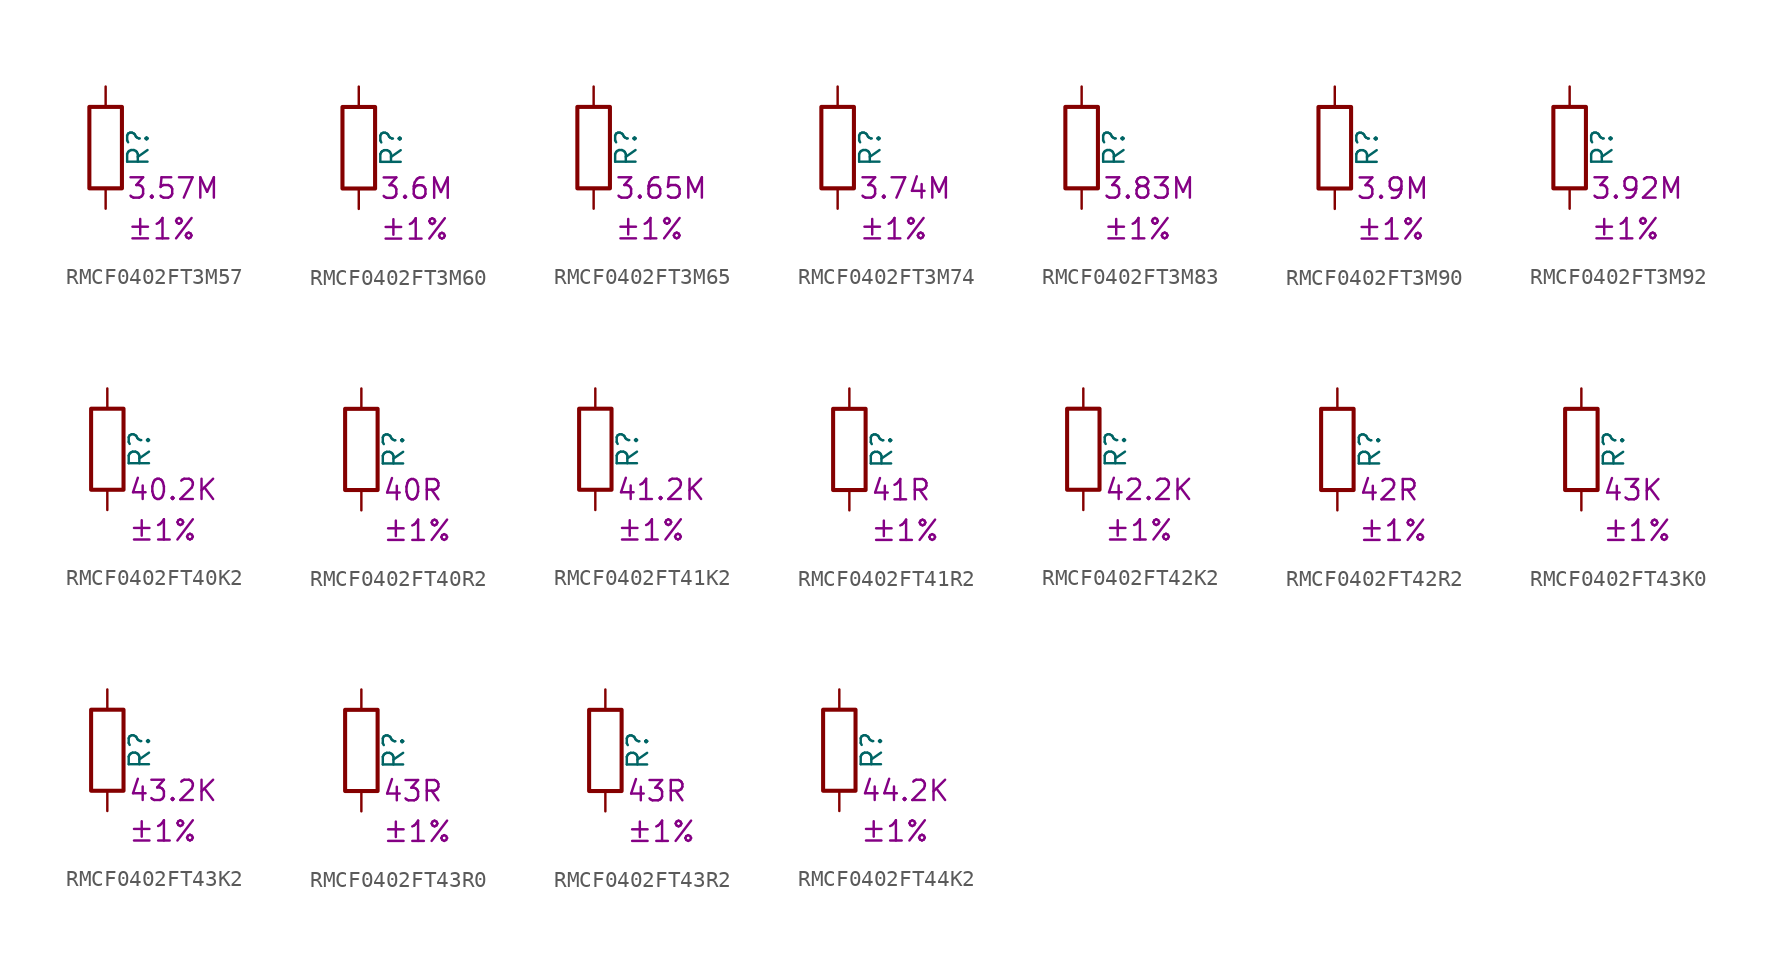
<source format=kicad_sym>
(kicad_symbol_lib
  (version 20220914)
  (generator kicad_symbol_editor)
  (symbol "RMCF0402FT3M57"
    (pin_numbers hide)
    (pin_names
      (offset 0))
    (property "Reference" "R"
      (at 2.032 0 90)
      (effects (font (size 1.27 1.27))))
    (property "Resistance" "3.57M"
      (at 1.27 -2.54 0)
      (effects (font (size 1.27 1.27)) (justify left)))
    (property "Tolerance" "±1%"
      (at 1.27 -5.08 0)
      (effects (font (size 1.27 1.27)) (justify left)))
    (symbol "RMCF0402FT3M57_0_1"
      (rectangle (start -1.016 -2.54) (end 1.016 2.54) (stroke (width 0.254) (type default)) (fill (type none))))
    (symbol "RMCF0402FT3M57_1_1"
      (pin passive line (at 0 3.81 270) (length 1.27) (name "~" (effects (font (size 1.27 1.27)))) (number "1" (effects (font (size 1.27 1.27)))))
      (pin passive line (at 0 -3.81 90) (length 1.27) (name "~" (effects (font (size 1.27 1.27)))) (number "2" (effects (font (size 1.27 1.27)))))))
  (symbol "RMCF0402FT3M60"
    (pin_numbers hide)
    (pin_names
      (offset 0))
    (property "Reference" "R"
      (at 2.032 0 90)
      (effects (font (size 1.27 1.27))))
    (property "Resistance" "3.6M"
      (at 1.27 -2.54 0)
      (effects (font (size 1.27 1.27)) (justify left)))
    (property "Tolerance" "±1%"
      (at 1.27 -5.08 0)
      (effects (font (size 1.27 1.27)) (justify left)))
    (symbol "RMCF0402FT3M60_0_1"
      (rectangle (start -1.016 -2.54) (end 1.016 2.54) (stroke (width 0.254) (type default)) (fill (type none))))
    (symbol "RMCF0402FT3M60_1_1"
      (pin passive line (at 0 3.81 270) (length 1.27) (name "~" (effects (font (size 1.27 1.27)))) (number "1" (effects (font (size 1.27 1.27)))))
      (pin passive line (at 0 -3.81 90) (length 1.27) (name "~" (effects (font (size 1.27 1.27)))) (number "2" (effects (font (size 1.27 1.27)))))))
  (symbol "RMCF0402FT3M65"
    (pin_numbers hide)
    (pin_names
      (offset 0))
    (property "Reference" "R"
      (at 2.032 0 90)
      (effects (font (size 1.27 1.27))))
    (property "Resistance" "3.65M"
      (at 1.27 -2.54 0)
      (effects (font (size 1.27 1.27)) (justify left)))
    (property "Tolerance" "±1%"
      (at 1.27 -5.08 0)
      (effects (font (size 1.27 1.27)) (justify left)))
    (symbol "RMCF0402FT3M65_0_1"
      (rectangle (start -1.016 -2.54) (end 1.016 2.54) (stroke (width 0.254) (type default)) (fill (type none))))
    (symbol "RMCF0402FT3M65_1_1"
      (pin passive line (at 0 3.81 270) (length 1.27) (name "~" (effects (font (size 1.27 1.27)))) (number "1" (effects (font (size 1.27 1.27)))))
      (pin passive line (at 0 -3.81 90) (length 1.27) (name "~" (effects (font (size 1.27 1.27)))) (number "2" (effects (font (size 1.27 1.27)))))))
  (symbol "RMCF0402FT3M74"
    (pin_numbers hide)
    (pin_names
      (offset 0))
    (property "Reference" "R"
      (at 2.032 0 90)
      (effects (font (size 1.27 1.27))))
    (property "Resistance" "3.74M"
      (at 1.27 -2.54 0)
      (effects (font (size 1.27 1.27)) (justify left)))
    (property "Tolerance" "±1%"
      (at 1.27 -5.08 0)
      (effects (font (size 1.27 1.27)) (justify left)))
    (symbol "RMCF0402FT3M74_0_1"
      (rectangle (start -1.016 -2.54) (end 1.016 2.54) (stroke (width 0.254) (type default)) (fill (type none))))
    (symbol "RMCF0402FT3M74_1_1"
      (pin passive line (at 0 3.81 270) (length 1.27) (name "~" (effects (font (size 1.27 1.27)))) (number "1" (effects (font (size 1.27 1.27)))))
      (pin passive line (at 0 -3.81 90) (length 1.27) (name "~" (effects (font (size 1.27 1.27)))) (number "2" (effects (font (size 1.27 1.27)))))))
  (symbol "RMCF0402FT3M83"
    (pin_numbers hide)
    (pin_names
      (offset 0))
    (property "Reference" "R"
      (at 2.032 0 90)
      (effects (font (size 1.27 1.27))))
    (property "Resistance" "3.83M"
      (at 1.27 -2.54 0)
      (effects (font (size 1.27 1.27)) (justify left)))
    (property "Tolerance" "±1%"
      (at 1.27 -5.08 0)
      (effects (font (size 1.27 1.27)) (justify left)))
    (symbol "RMCF0402FT3M83_0_1"
      (rectangle (start -1.016 -2.54) (end 1.016 2.54) (stroke (width 0.254) (type default)) (fill (type none))))
    (symbol "RMCF0402FT3M83_1_1"
      (pin passive line (at 0 3.81 270) (length 1.27) (name "~" (effects (font (size 1.27 1.27)))) (number "1" (effects (font (size 1.27 1.27)))))
      (pin passive line (at 0 -3.81 90) (length 1.27) (name "~" (effects (font (size 1.27 1.27)))) (number "2" (effects (font (size 1.27 1.27)))))))
  (symbol "RMCF0402FT3M90"
    (pin_numbers hide)
    (pin_names
      (offset 0))
    (property "Reference" "R"
      (at 2.032 0 90)
      (effects (font (size 1.27 1.27))))
    (property "Resistance" "3.9M"
      (at 1.27 -2.54 0)
      (effects (font (size 1.27 1.27)) (justify left)))
    (property "Tolerance" "±1%"
      (at 1.27 -5.08 0)
      (effects (font (size 1.27 1.27)) (justify left)))
    (symbol "RMCF0402FT3M90_0_1"
      (rectangle (start -1.016 -2.54) (end 1.016 2.54) (stroke (width 0.254) (type default)) (fill (type none))))
    (symbol "RMCF0402FT3M90_1_1"
      (pin passive line (at 0 3.81 270) (length 1.27) (name "~" (effects (font (size 1.27 1.27)))) (number "1" (effects (font (size 1.27 1.27)))))
      (pin passive line (at 0 -3.81 90) (length 1.27) (name "~" (effects (font (size 1.27 1.27)))) (number "2" (effects (font (size 1.27 1.27)))))))
  (symbol "RMCF0402FT3M92"
    (pin_numbers hide)
    (pin_names
      (offset 0))
    (property "Reference" "R"
      (at 2.032 0 90)
      (effects (font (size 1.27 1.27))))
    (property "Resistance" "3.92M"
      (at 1.27 -2.54 0)
      (effects (font (size 1.27 1.27)) (justify left)))
    (property "Tolerance" "±1%"
      (at 1.27 -5.08 0)
      (effects (font (size 1.27 1.27)) (justify left)))
    (symbol "RMCF0402FT3M92_0_1"
      (rectangle (start -1.016 -2.54) (end 1.016 2.54) (stroke (width 0.254) (type default)) (fill (type none))))
    (symbol "RMCF0402FT3M92_1_1"
      (pin passive line (at 0 3.81 270) (length 1.27) (name "~" (effects (font (size 1.27 1.27)))) (number "1" (effects (font (size 1.27 1.27)))))
      (pin passive line (at 0 -3.81 90) (length 1.27) (name "~" (effects (font (size 1.27 1.27)))) (number "2" (effects (font (size 1.27 1.27)))))))
  (symbol "RMCF0402FT40K2"
    (pin_numbers hide)
    (pin_names
      (offset 0))
    (property "Reference" "R"
      (at 2.032 0 90)
      (effects (font (size 1.27 1.27))))
    (property "Resistance" "40.2K"
      (at 1.27 -2.54 0)
      (effects (font (size 1.27 1.27)) (justify left)))
    (property "Tolerance" "±1%"
      (at 1.27 -5.08 0)
      (effects (font (size 1.27 1.27)) (justify left)))
    (symbol "RMCF0402FT40K2_0_1"
      (rectangle (start -1.016 -2.54) (end 1.016 2.54) (stroke (width 0.254) (type default)) (fill (type none))))
    (symbol "RMCF0402FT40K2_1_1"
      (pin passive line (at 0 3.81 270) (length 1.27) (name "~" (effects (font (size 1.27 1.27)))) (number "1" (effects (font (size 1.27 1.27)))))
      (pin passive line (at 0 -3.81 90) (length 1.27) (name "~" (effects (font (size 1.27 1.27)))) (number "2" (effects (font (size 1.27 1.27)))))))
  (symbol "RMCF0402FT40R2"
    (pin_numbers hide)
    (pin_names
      (offset 0))
    (property "Reference" "R"
      (at 2.032 0 90)
      (effects (font (size 1.27 1.27))))
    (property "Resistance" "40R"
      (at 1.27 -2.54 0)
      (effects (font (size 1.27 1.27)) (justify left)))
    (property "Tolerance" "±1%"
      (at 1.27 -5.08 0)
      (effects (font (size 1.27 1.27)) (justify left)))
    (symbol "RMCF0402FT40R2_0_1"
      (rectangle (start -1.016 -2.54) (end 1.016 2.54) (stroke (width 0.254) (type default)) (fill (type none))))
    (symbol "RMCF0402FT40R2_1_1"
      (pin passive line (at 0 3.81 270) (length 1.27) (name "~" (effects (font (size 1.27 1.27)))) (number "1" (effects (font (size 1.27 1.27)))))
      (pin passive line (at 0 -3.81 90) (length 1.27) (name "~" (effects (font (size 1.27 1.27)))) (number "2" (effects (font (size 1.27 1.27)))))))
  (symbol "RMCF0402FT41K2"
    (pin_numbers hide)
    (pin_names
      (offset 0))
    (property "Reference" "R"
      (at 2.032 0 90)
      (effects (font (size 1.27 1.27))))
    (property "Resistance" "41.2K"
      (at 1.27 -2.54 0)
      (effects (font (size 1.27 1.27)) (justify left)))
    (property "Tolerance" "±1%"
      (at 1.27 -5.08 0)
      (effects (font (size 1.27 1.27)) (justify left)))
    (symbol "RMCF0402FT41K2_0_1"
      (rectangle (start -1.016 -2.54) (end 1.016 2.54) (stroke (width 0.254) (type default)) (fill (type none))))
    (symbol "RMCF0402FT41K2_1_1"
      (pin passive line (at 0 3.81 270) (length 1.27) (name "~" (effects (font (size 1.27 1.27)))) (number "1" (effects (font (size 1.27 1.27)))))
      (pin passive line (at 0 -3.81 90) (length 1.27) (name "~" (effects (font (size 1.27 1.27)))) (number "2" (effects (font (size 1.27 1.27)))))))
  (symbol "RMCF0402FT41R2"
    (pin_numbers hide)
    (pin_names
      (offset 0))
    (property "Reference" "R"
      (at 2.032 0 90)
      (effects (font (size 1.27 1.27))))
    (property "Resistance" "41R"
      (at 1.27 -2.54 0)
      (effects (font (size 1.27 1.27)) (justify left)))
    (property "Tolerance" "±1%"
      (at 1.27 -5.08 0)
      (effects (font (size 1.27 1.27)) (justify left)))
    (symbol "RMCF0402FT41R2_0_1"
      (rectangle (start -1.016 -2.54) (end 1.016 2.54) (stroke (width 0.254) (type default)) (fill (type none))))
    (symbol "RMCF0402FT41R2_1_1"
      (pin passive line (at 0 3.81 270) (length 1.27) (name "~" (effects (font (size 1.27 1.27)))) (number "1" (effects (font (size 1.27 1.27)))))
      (pin passive line (at 0 -3.81 90) (length 1.27) (name "~" (effects (font (size 1.27 1.27)))) (number "2" (effects (font (size 1.27 1.27)))))))
  (symbol "RMCF0402FT42K2"
    (pin_numbers hide)
    (pin_names
      (offset 0))
    (property "Reference" "R"
      (at 2.032 0 90)
      (effects (font (size 1.27 1.27))))
    (property "Resistance" "42.2K"
      (at 1.27 -2.54 0)
      (effects (font (size 1.27 1.27)) (justify left)))
    (property "Tolerance" "±1%"
      (at 1.27 -5.08 0)
      (effects (font (size 1.27 1.27)) (justify left)))
    (symbol "RMCF0402FT42K2_0_1"
      (rectangle (start -1.016 -2.54) (end 1.016 2.54) (stroke (width 0.254) (type default)) (fill (type none))))
    (symbol "RMCF0402FT42K2_1_1"
      (pin passive line (at 0 3.81 270) (length 1.27) (name "~" (effects (font (size 1.27 1.27)))) (number "1" (effects (font (size 1.27 1.27)))))
      (pin passive line (at 0 -3.81 90) (length 1.27) (name "~" (effects (font (size 1.27 1.27)))) (number "2" (effects (font (size 1.27 1.27)))))))
  (symbol "RMCF0402FT42R2"
    (pin_numbers hide)
    (pin_names
      (offset 0))
    (property "Reference" "R"
      (at 2.032 0 90)
      (effects (font (size 1.27 1.27))))
    (property "Resistance" "42R"
      (at 1.27 -2.54 0)
      (effects (font (size 1.27 1.27)) (justify left)))
    (property "Tolerance" "±1%"
      (at 1.27 -5.08 0)
      (effects (font (size 1.27 1.27)) (justify left)))
    (symbol "RMCF0402FT42R2_0_1"
      (rectangle (start -1.016 -2.54) (end 1.016 2.54) (stroke (width 0.254) (type default)) (fill (type none))))
    (symbol "RMCF0402FT42R2_1_1"
      (pin passive line (at 0 3.81 270) (length 1.27) (name "~" (effects (font (size 1.27 1.27)))) (number "1" (effects (font (size 1.27 1.27)))))
      (pin passive line (at 0 -3.81 90) (length 1.27) (name "~" (effects (font (size 1.27 1.27)))) (number "2" (effects (font (size 1.27 1.27)))))))
  (symbol "RMCF0402FT43K0"
    (pin_numbers hide)
    (pin_names
      (offset 0))
    (property "Reference" "R"
      (at 2.032 0 90)
      (effects (font (size 1.27 1.27))))
    (property "Resistance" "43K"
      (at 1.27 -2.54 0)
      (effects (font (size 1.27 1.27)) (justify left)))
    (property "Tolerance" "±1%"
      (at 1.27 -5.08 0)
      (effects (font (size 1.27 1.27)) (justify left)))
    (symbol "RMCF0402FT43K0_0_1"
      (rectangle (start -1.016 -2.54) (end 1.016 2.54) (stroke (width 0.254) (type default)) (fill (type none))))
    (symbol "RMCF0402FT43K0_1_1"
      (pin passive line (at 0 3.81 270) (length 1.27) (name "~" (effects (font (size 1.27 1.27)))) (number "1" (effects (font (size 1.27 1.27)))))
      (pin passive line (at 0 -3.81 90) (length 1.27) (name "~" (effects (font (size 1.27 1.27)))) (number "2" (effects (font (size 1.27 1.27)))))))
  (symbol "RMCF0402FT43K2"
    (pin_numbers hide)
    (pin_names
      (offset 0))
    (property "Reference" "R"
      (at 2.032 0 90)
      (effects (font (size 1.27 1.27))))
    (property "Resistance" "43.2K"
      (at 1.27 -2.54 0)
      (effects (font (size 1.27 1.27)) (justify left)))
    (property "Tolerance" "±1%"
      (at 1.27 -5.08 0)
      (effects (font (size 1.27 1.27)) (justify left)))
    (symbol "RMCF0402FT43K2_0_1"
      (rectangle (start -1.016 -2.54) (end 1.016 2.54) (stroke (width 0.254) (type default)) (fill (type none))))
    (symbol "RMCF0402FT43K2_1_1"
      (pin passive line (at 0 3.81 270) (length 1.27) (name "~" (effects (font (size 1.27 1.27)))) (number "1" (effects (font (size 1.27 1.27)))))
      (pin passive line (at 0 -3.81 90) (length 1.27) (name "~" (effects (font (size 1.27 1.27)))) (number "2" (effects (font (size 1.27 1.27)))))))
  (symbol "RMCF0402FT43R0"
    (pin_numbers hide)
    (pin_names
      (offset 0))
    (property "Reference" "R"
      (at 2.032 0 90)
      (effects (font (size 1.27 1.27))))
    (property "Resistance" "43R"
      (at 1.27 -2.54 0)
      (effects (font (size 1.27 1.27)) (justify left)))
    (property "Tolerance" "±1%"
      (at 1.27 -5.08 0)
      (effects (font (size 1.27 1.27)) (justify left)))
    (symbol "RMCF0402FT43R0_0_1"
      (rectangle (start -1.016 -2.54) (end 1.016 2.54) (stroke (width 0.254) (type default)) (fill (type none))))
    (symbol "RMCF0402FT43R0_1_1"
      (pin passive line (at 0 3.81 270) (length 1.27) (name "~" (effects (font (size 1.27 1.27)))) (number "1" (effects (font (size 1.27 1.27)))))
      (pin passive line (at 0 -3.81 90) (length 1.27) (name "~" (effects (font (size 1.27 1.27)))) (number "2" (effects (font (size 1.27 1.27)))))))
  (symbol "RMCF0402FT43R2"
    (pin_numbers hide)
    (pin_names
      (offset 0))
    (property "Reference" "R"
      (at 2.032 0 90)
      (effects (font (size 1.27 1.27))))
    (property "Resistance" "43R"
      (at 1.27 -2.54 0)
      (effects (font (size 1.27 1.27)) (justify left)))
    (property "Tolerance" "±1%"
      (at 1.27 -5.08 0)
      (effects (font (size 1.27 1.27)) (justify left)))
    (symbol "RMCF0402FT43R2_0_1"
      (rectangle (start -1.016 -2.54) (end 1.016 2.54) (stroke (width 0.254) (type default)) (fill (type none))))
    (symbol "RMCF0402FT43R2_1_1"
      (pin passive line (at 0 3.81 270) (length 1.27) (name "~" (effects (font (size 1.27 1.27)))) (number "1" (effects (font (size 1.27 1.27)))))
      (pin passive line (at 0 -3.81 90) (length 1.27) (name "~" (effects (font (size 1.27 1.27)))) (number "2" (effects (font (size 1.27 1.27)))))))
  (symbol "RMCF0402FT44K2"
    (pin_numbers hide)
    (pin_names
      (offset 0))
    (property "Reference" "R"
      (at 2.032 0 90)
      (effects (font (size 1.27 1.27))))
    (property "Resistance" "44.2K"
      (at 1.27 -2.54 0)
      (effects (font (size 1.27 1.27)) (justify left)))
    (property "Tolerance" "±1%"
      (at 1.27 -5.08 0)
      (effects (font (size 1.27 1.27)) (justify left)))
    (symbol "RMCF0402FT44K2_0_1"
      (rectangle (start -1.016 -2.54) (end 1.016 2.54) (stroke (width 0.254) (type default)) (fill (type none))))
    (symbol "RMCF0402FT44K2_1_1"
      (pin passive line (at 0 3.81 270) (length 1.27) (name "~" (effects (font (size 1.27 1.27)))) (number "1" (effects (font (size 1.27 1.27)))))
      (pin passive line (at 0 -3.81 90) (length 1.27) (name "~" (effects (font (size 1.27 1.27)))) (number "2" (effects (font (size 1.27 1.27))))))))
</source>
